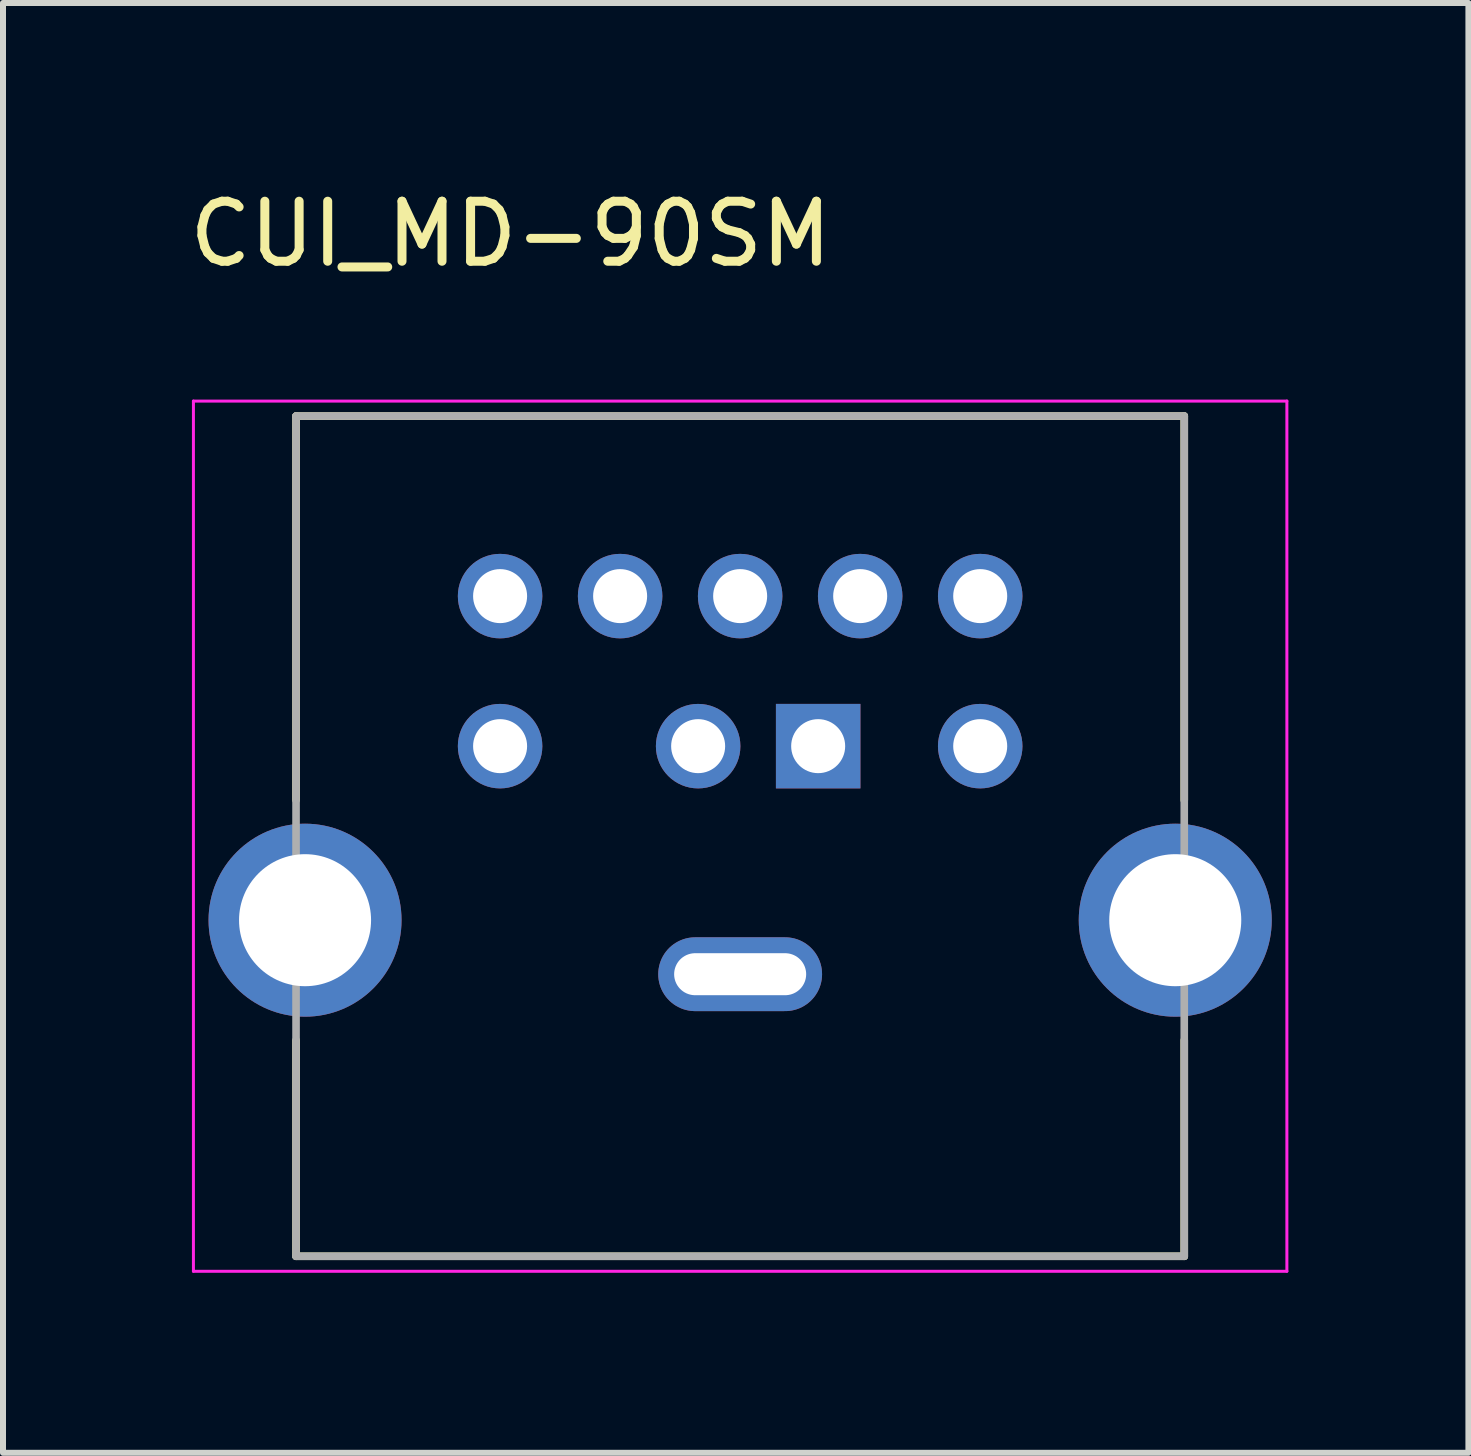
<source format=kicad_pcb>
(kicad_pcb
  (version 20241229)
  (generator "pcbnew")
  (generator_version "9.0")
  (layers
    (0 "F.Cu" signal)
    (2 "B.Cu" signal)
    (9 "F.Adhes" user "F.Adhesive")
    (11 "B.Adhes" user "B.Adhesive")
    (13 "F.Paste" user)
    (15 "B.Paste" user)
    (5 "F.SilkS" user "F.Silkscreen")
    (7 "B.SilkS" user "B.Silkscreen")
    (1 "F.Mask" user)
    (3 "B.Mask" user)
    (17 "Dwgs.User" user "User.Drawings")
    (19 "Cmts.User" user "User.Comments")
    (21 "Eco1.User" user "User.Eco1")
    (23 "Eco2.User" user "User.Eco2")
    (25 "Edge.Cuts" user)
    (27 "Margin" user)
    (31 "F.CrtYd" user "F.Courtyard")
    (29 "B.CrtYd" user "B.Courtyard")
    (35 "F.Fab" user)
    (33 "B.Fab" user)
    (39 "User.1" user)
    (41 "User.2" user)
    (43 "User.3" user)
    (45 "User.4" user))
  (footprint "CUI_MD-90SM"
    (layer "F.Cu")
    (at 9.283 13.183)
    (property "Reference" "CUI_MD-90SM" (at -3.825 -12.335 0) (layer "F.SilkS") (effects (font (size 1 1) (thickness 0.15))))
    (attr through_hole)
    (fp_line (start -7.4 -9.3) (end 7.4 -9.3) (stroke (width 0.127) (type solid)) (layer "F.SilkS"))
    (fp_line (start -7.4 -2.9) (end -7.4 -9.3) (stroke (width 0.127) (type solid)) (layer "F.SilkS"))
    (fp_line (start -7.4 4.7) (end -7.4 1.1) (stroke (width 0.127) (type solid)) (layer "F.SilkS"))
    (fp_line (start 7.4 -9.3) (end 7.4 -2.9) (stroke (width 0.127) (type solid)) (layer "F.SilkS"))
    (fp_line (start 7.4 4.7) (end -7.4 4.7) (stroke (width 0.127) (type solid)) (layer "F.SilkS"))
    (fp_line (start 7.4 4.7) (end 7.4 1.1) (stroke (width 0.127) (type solid)) (layer "F.SilkS"))
    (fp_line (start -9.11 -9.55) (end -9.11 4.95) (stroke (width 0.05) (type solid)) (layer "F.CrtYd"))
    (fp_line (start -9.11 4.95) (end 9.11 4.95) (stroke (width 0.05) (type solid)) (layer "F.CrtYd"))
    (fp_line (start 9.11 -9.55) (end -9.11 -9.55) (stroke (width 0.05) (type solid)) (layer "F.CrtYd"))
    (fp_line (start 9.11 4.95) (end 9.11 -9.55) (stroke (width 0.05) (type solid)) (layer "F.CrtYd"))
    (fp_line (start -7.4 -9.3) (end 7.4 -9.3) (stroke (width 0.127) (type solid)) (layer "F.Fab"))
    (fp_line (start -7.4 4.7) (end -7.4 -9.3) (stroke (width 0.127) (type solid)) (layer "F.Fab"))
    (fp_line (start 7.4 -9.3) (end 7.4 4.7) (stroke (width 0.127) (type solid)) (layer "F.Fab"))
    (fp_line (start 7.4 4.7) (end -7.4 4.7) (stroke (width 0.127) (type solid)) (layer "F.Fab"))
    (pad "1" thru_hole rect (at 1.3 -3.8) (size 1.408 1.408) (drill 0.9) (layers "*.Cu" "*.Mask"))
    (pad "2" thru_hole circle (at -0.7 -3.8) (size 1.408 1.408) (drill 0.9) (layers "*.Cu" "*.Mask"))
    (pad "3" thru_hole circle (at 4 -3.8) (size 1.408 1.408) (drill 0.9) (layers "*.Cu" "*.Mask"))
    (pad "4" thru_hole circle (at 2 -6.3) (size 1.408 1.408) (drill 0.9) (layers "*.Cu" "*.Mask"))
    (pad "5" thru_hole circle (at 0 -6.3) (size 1.408 1.408) (drill 0.9) (layers "*.Cu" "*.Mask"))
    (pad "6" thru_hole circle (at -4 -3.8) (size 1.408 1.408) (drill 0.9) (layers "*.Cu" "*.Mask"))
    (pad "7" thru_hole circle (at 4 -6.3) (size 1.408 1.408) (drill 0.9) (layers "*.Cu" "*.Mask"))
    (pad "8" thru_hole circle (at -2 -6.3) (size 1.408 1.408) (drill 0.9) (layers "*.Cu" "*.Mask"))
    (pad "9" thru_hole circle (at -4 -6.3) (size 1.408 1.408) (drill 0.9) (layers "*.Cu" "*.Mask"))
    (pad "S1" thru_hole oval (at 0 0) (size 2.73 1.23) (drill oval 2.2 0.7) (layers "*.Cu" "*.Mask"))
    (pad "S2" thru_hole circle (at -7.25 -0.9) (size 3.216 3.216) (drill 2.2) (layers "*.Cu" "*.Mask"))
    (pad "S3" thru_hole circle (at 7.25 -0.9) (size 3.216 3.216) (drill 2.2) (layers "*.Cu" "*.Mask")))
  (gr_rect
    (start -3 -3)
    (end 21.418 21.158)
    (stroke (width 0.1) (type default))
    (fill no)
    (layer "Edge.Cuts")))
</source>
